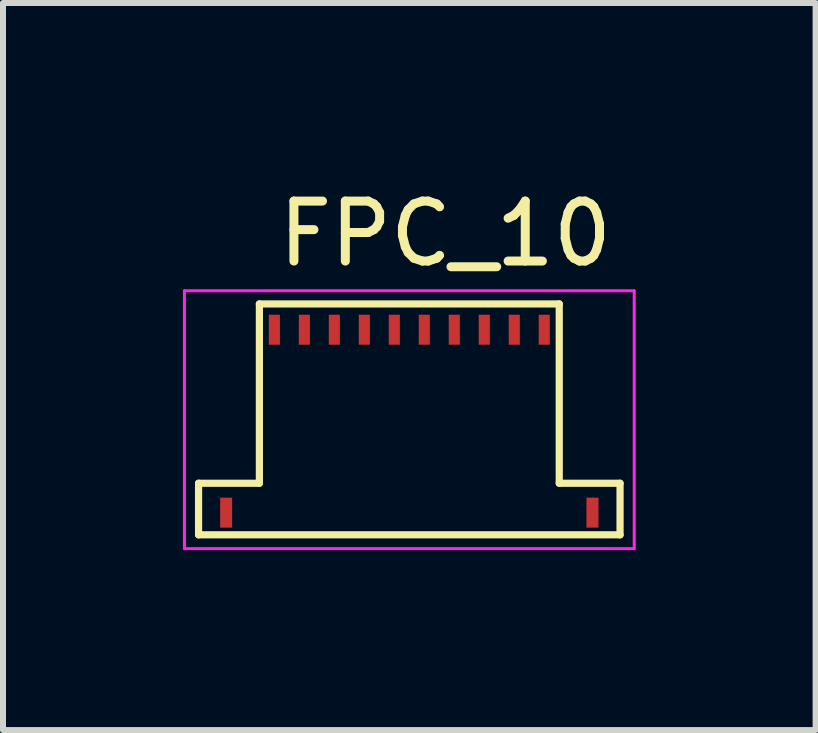
<source format=kicad_pcb>
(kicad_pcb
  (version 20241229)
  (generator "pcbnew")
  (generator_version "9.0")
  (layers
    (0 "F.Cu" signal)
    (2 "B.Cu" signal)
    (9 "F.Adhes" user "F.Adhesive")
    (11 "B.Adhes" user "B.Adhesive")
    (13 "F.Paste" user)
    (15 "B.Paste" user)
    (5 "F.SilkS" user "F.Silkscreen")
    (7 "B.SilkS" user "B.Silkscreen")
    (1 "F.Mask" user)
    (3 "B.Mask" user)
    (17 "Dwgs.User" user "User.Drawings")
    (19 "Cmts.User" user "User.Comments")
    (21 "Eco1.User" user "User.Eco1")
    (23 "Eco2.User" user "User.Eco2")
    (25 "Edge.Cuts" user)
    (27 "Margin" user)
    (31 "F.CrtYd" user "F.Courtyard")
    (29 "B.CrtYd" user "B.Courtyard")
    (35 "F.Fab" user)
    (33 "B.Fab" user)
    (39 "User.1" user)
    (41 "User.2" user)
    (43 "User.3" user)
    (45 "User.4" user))
  (footprint "FPC_10"
    (layer "F.Cu")
    (at 3.775 2.448)
    (property "Reference" "FPC_10" (at 0.6 -1.6 0) (layer "F.SilkS") (effects (font (size 1 1) (thickness 0.15))))
    (attr smd)
    (fp_line (start -3.514 2.56) (end -2.5 2.56) (stroke (width 0.12) (type solid)) (layer "F.SilkS"))
    (fp_line (start -3.514 3.42) (end -3.514 2.56) (stroke (width 0.12) (type solid)) (layer "F.SilkS"))
    (fp_line (start -3.514 3.42) (end 3.514 3.42) (stroke (width 0.12) (type solid)) (layer "F.SilkS"))
    (fp_line (start -2.5 -0.43) (end 2.5 -0.43) (stroke (width 0.12) (type solid)) (layer "F.SilkS"))
    (fp_line (start -2.5 2.56) (end -2.5 -0.43) (stroke (width 0.12) (type solid)) (layer "F.SilkS"))
    (fp_line (start 2.5 2.56) (end 2.5 -0.43) (stroke (width 0.12) (type solid)) (layer "F.SilkS"))
    (fp_line (start 3.514 2.56) (end 2.5 2.56) (stroke (width 0.12) (type solid)) (layer "F.SilkS"))
    (fp_line (start 3.514 3.42) (end 3.514 2.56) (stroke (width 0.12) (type solid)) (layer "F.SilkS"))
    (fp_line (start -3.75 -0.65) (end -3.75 3.65) (stroke (width 0.05) (type solid)) (layer "F.CrtYd"))
    (fp_line (start -3.75 -0.65) (end 3.75 -0.65) (stroke (width 0.05) (type solid)) (layer "F.CrtYd"))
    (fp_line (start -3.75 3.65) (end 3.75 3.65) (stroke (width 0.05) (type solid)) (layer "F.CrtYd"))
    (fp_line (start 3.75 -0.65) (end 3.75 3.65) (stroke (width 0.05) (type solid)) (layer "F.CrtYd"))
    (pad "0" smd rect (at -3.054 3.05) (size 0.2 0.5) (layers "F.Cu" "F.Mask" "F.Paste"))
    (pad "0" smd rect (at 3.054 3.05) (size 0.2 0.5) (layers "F.Cu" "F.Mask" "F.Paste"))
    (pad "1" smd rect (at -2.25 0) (size 0.185 0.5) (layers "F.Cu" "F.Mask" "F.Paste"))
    (pad "2" smd rect (at -1.75 0) (size 0.185 0.5) (layers "F.Cu" "F.Mask" "F.Paste"))
    (pad "3" smd rect (at -1.25 0) (size 0.185 0.5) (layers "F.Cu" "F.Mask" "F.Paste"))
    (pad "4" smd rect (at -0.75 0) (size 0.185 0.5) (layers "F.Cu" "F.Mask" "F.Paste"))
    (pad "5" smd rect (at -0.25 0) (size 0.185 0.5) (layers "F.Cu" "F.Mask" "F.Paste"))
    (pad "6" smd rect (at 0.25 0) (size 0.185 0.5) (layers "F.Cu" "F.Mask" "F.Paste"))
    (pad "7" smd rect (at 0.75 0) (size 0.185 0.5) (layers "F.Cu" "F.Mask" "F.Paste"))
    (pad "8" smd rect (at 1.25 0) (size 0.185 0.5) (layers "F.Cu" "F.Mask" "F.Paste"))
    (pad "9" smd rect (at 1.75 0) (size 0.185 0.5) (layers "F.Cu" "F.Mask" "F.Paste"))
    (pad "10" smd rect (at 2.25 0) (size 0.185 0.5) (layers "F.Cu" "F.Mask" "F.Paste")))
  (gr_rect
    (start -3 -3)
    (end 10.55 9.123)
    (stroke (width 0.1) (type default))
    (fill no)
    (layer "Edge.Cuts")))
</source>
